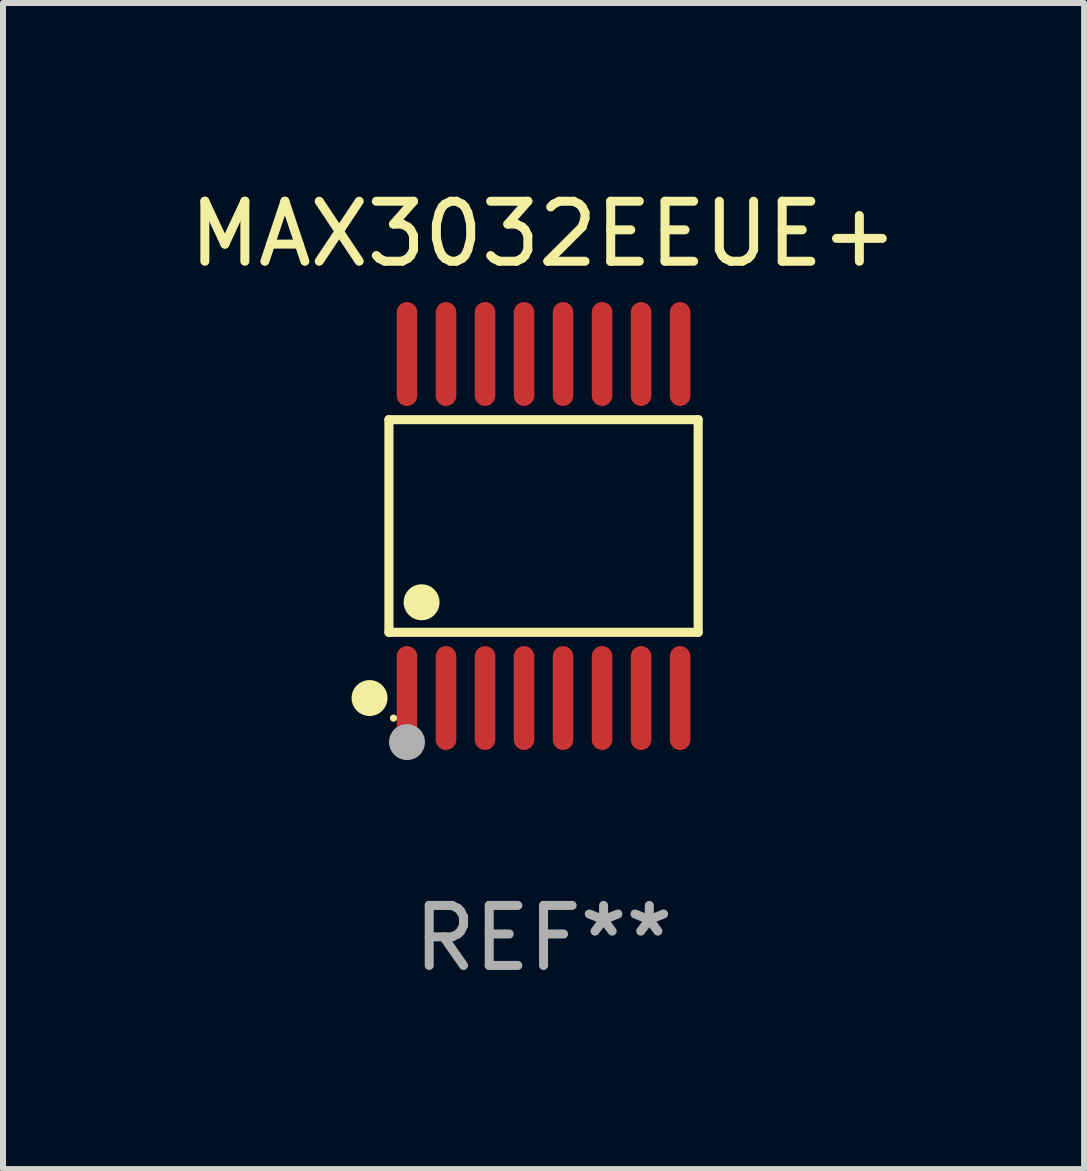
<source format=kicad_pcb>
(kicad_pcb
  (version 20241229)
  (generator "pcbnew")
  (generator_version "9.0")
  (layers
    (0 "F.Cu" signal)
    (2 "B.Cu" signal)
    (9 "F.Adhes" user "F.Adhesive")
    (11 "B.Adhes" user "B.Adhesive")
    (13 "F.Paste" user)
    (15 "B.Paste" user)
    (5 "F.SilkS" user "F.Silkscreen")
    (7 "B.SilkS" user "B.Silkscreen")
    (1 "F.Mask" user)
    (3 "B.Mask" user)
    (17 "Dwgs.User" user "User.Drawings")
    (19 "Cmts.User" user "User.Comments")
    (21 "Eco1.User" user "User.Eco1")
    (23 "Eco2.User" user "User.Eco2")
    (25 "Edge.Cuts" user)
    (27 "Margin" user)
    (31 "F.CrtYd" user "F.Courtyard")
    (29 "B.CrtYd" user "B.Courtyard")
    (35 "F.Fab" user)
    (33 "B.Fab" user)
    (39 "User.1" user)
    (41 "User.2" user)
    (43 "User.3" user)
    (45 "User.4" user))
  (footprint "MAX3032EEUE+"
    (layer "F.Cu")
    (at 6.006 5.714)
    (property "Reference" "MAX3032EEUE+" (at 0 -4.866 0) (layer "F.SilkS") (effects (font (size 1 1) (thickness 0.15))))
    (attr through_hole)
    (fp_line (start -2.576 -1.772) (end 2.576 -1.772) (stroke (width 0.152) (type solid)) (layer "F.SilkS"))
    (fp_line (start -2.576 1.771) (end -2.576 -1.772) (stroke (width 0.152) (type solid)) (layer "F.SilkS"))
    (fp_line (start 2.576 -1.772) (end 2.576 1.771) (stroke (width 0.152) (type solid)) (layer "F.SilkS"))
    (fp_line (start 2.576 1.771) (end -2.576 1.771) (stroke (width 0.152) (type solid)) (layer "F.SilkS"))
    (fp_circle (center -2.899 2.866) (end -2.749 2.866) (stroke (width 0.3) (type solid)) (fill no) (layer "F.SilkS"))
    (fp_circle (center -2.5 3.2) (end -2.47 3.2) (stroke (width 0.06) (type solid)) (fill no) (layer "F.SilkS"))
    (fp_circle (center -2.032 1.27) (end -1.882 1.27) (stroke (width 0.3) (type solid)) (fill no) (layer "F.SilkS"))
    (fp_circle (center -2.275 3.6) (end -2.125 3.6) (stroke (width 0.3) (type solid)) (fill no) (layer "F.Fab"))
    (fp_text user "REF**" (at 0 6.866 0) (layer "F.Fab") (effects (font (size 1 1) (thickness 0.15))))
    (pad "1" smd oval (at -2.275 2.866) (size 0.343 1.731) (layers "F.Cu" "F.Mask" "F.Paste"))
    (pad "2" smd oval (at -1.625 2.866) (size 0.343 1.731) (layers "F.Cu" "F.Mask" "F.Paste"))
    (pad "3" smd oval (at -0.975 2.866) (size 0.343 1.731) (layers "F.Cu" "F.Mask" "F.Paste"))
    (pad "4" smd oval (at -0.325 2.866) (size 0.343 1.731) (layers "F.Cu" "F.Mask" "F.Paste"))
    (pad "5" smd oval (at 0.325 2.866) (size 0.343 1.731) (layers "F.Cu" "F.Mask" "F.Paste"))
    (pad "6" smd oval (at 0.975 2.866) (size 0.343 1.731) (layers "F.Cu" "F.Mask" "F.Paste"))
    (pad "7" smd oval (at 1.625 2.866) (size 0.343 1.731) (layers "F.Cu" "F.Mask" "F.Paste"))
    (pad "8" smd oval (at 2.275 2.866) (size 0.343 1.731) (layers "F.Cu" "F.Mask" "F.Paste"))
    (pad "9" smd oval (at 2.275 -2.866) (size 0.343 1.731) (layers "F.Cu" "F.Mask" "F.Paste"))
    (pad "10" smd oval (at 1.625 -2.866) (size 0.343 1.731) (layers "F.Cu" "F.Mask" "F.Paste"))
    (pad "11" smd oval (at 0.975 -2.866) (size 0.343 1.731) (layers "F.Cu" "F.Mask" "F.Paste"))
    (pad "12" smd oval (at 0.325 -2.866) (size 0.343 1.731) (layers "F.Cu" "F.Mask" "F.Paste"))
    (pad "13" smd oval (at -0.325 -2.866) (size 0.343 1.731) (layers "F.Cu" "F.Mask" "F.Paste"))
    (pad "14" smd oval (at -0.975 -2.866) (size 0.343 1.731) (layers "F.Cu" "F.Mask" "F.Paste"))
    (pad "15" smd oval (at -1.625 -2.866) (size 0.343 1.731) (layers "F.Cu" "F.Mask" "F.Paste"))
    (pad "16" smd oval (at -2.275 -2.866) (size 0.343 1.731) (layers "F.Cu" "F.Mask" "F.Paste")))
  (gr_rect
    (start -3 -3)
    (end 15.012 16.428)
    (stroke (width 0.1) (type default))
    (fill no)
    (layer "Edge.Cuts")))
</source>
